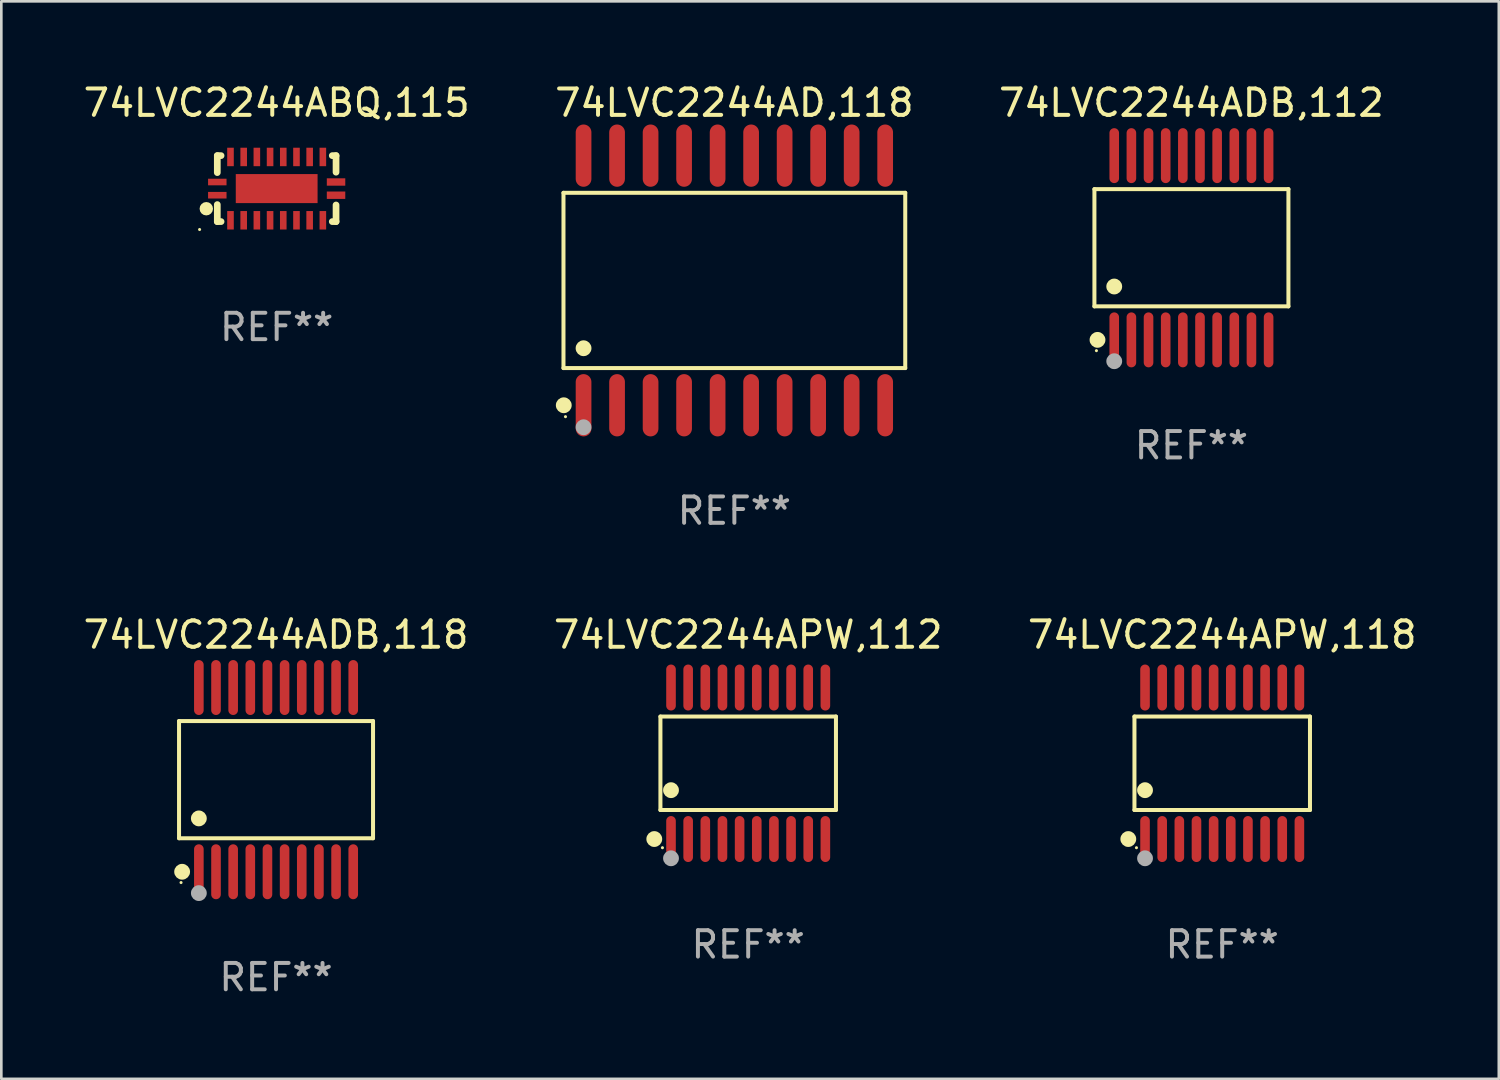
<source format=kicad_pcb>
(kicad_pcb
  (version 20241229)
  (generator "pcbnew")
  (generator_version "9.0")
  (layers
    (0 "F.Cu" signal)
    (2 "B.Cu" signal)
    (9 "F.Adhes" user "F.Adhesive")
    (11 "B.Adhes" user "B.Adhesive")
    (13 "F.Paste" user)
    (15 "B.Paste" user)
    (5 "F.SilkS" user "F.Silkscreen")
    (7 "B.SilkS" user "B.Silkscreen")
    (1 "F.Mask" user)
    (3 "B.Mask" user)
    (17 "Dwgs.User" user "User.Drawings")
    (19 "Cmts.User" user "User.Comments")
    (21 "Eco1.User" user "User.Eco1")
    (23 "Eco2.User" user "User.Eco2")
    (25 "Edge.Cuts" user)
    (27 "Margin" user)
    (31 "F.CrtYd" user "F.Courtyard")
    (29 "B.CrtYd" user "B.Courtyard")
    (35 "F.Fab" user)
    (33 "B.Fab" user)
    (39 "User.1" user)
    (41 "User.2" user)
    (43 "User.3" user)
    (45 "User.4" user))
  (footprint "74LVC2244ABQ,115"
    (layer "F.Cu")
    (at 7.435 4.098)
    (property "Reference" "74LVC2244ABQ,115" (at 0 -3.25 0) (layer "F.SilkS") (effects (font (size 1 1) (thickness 0.15))))
    (attr through_hole)
    (fp_line (start -2.25 0.605) (end -2.25 1.25) (stroke (width 0.254) (type solid)) (layer "F.SilkS"))
    (fp_line (start -2.25 1.25) (end -2.107 1.25) (stroke (width 0.254) (type solid)) (layer "F.SilkS"))
    (fp_line (start -2.25 -1.25) (end -2.25 -0.606) (stroke (width 0.254) (type solid)) (layer "F.SilkS"))
    (fp_line (start -2.25 -1.25) (end -2.107 -1.25) (stroke (width 0.254) (type solid)) (layer "F.SilkS"))
    (fp_line (start 2.107 -1.25) (end 2.25 -1.25) (stroke (width 0.254) (type solid)) (layer "F.SilkS"))
    (fp_line (start 2.107 1.25) (end 2.25 1.25) (stroke (width 0.254) (type solid)) (layer "F.SilkS"))
    (fp_line (start 2.25 -1.25) (end 2.25 -0.622) (stroke (width 0.254) (type solid)) (layer "F.SilkS"))
    (fp_line (start 2.25 0.62) (end 2.25 1.25) (stroke (width 0.254) (type solid)) (layer "F.SilkS"))
    (fp_circle (center -2.921 1.55) (end -2.891 1.55) (stroke (width 0.06) (type solid)) (fill no) (layer "F.SilkS"))
    (fp_circle (center -2.667 0.762) (end -2.54 0.762) (stroke (width 0.254) (type solid)) (fill no) (layer "F.SilkS"))
    (fp_text user "REF**" (at 0 5.25 0) (layer "F.Fab") (effects (font (size 1 1) (thickness 0.15))))
    (pad "1" smd rect (at -2.25 0.25 180) (size 0.7 0.25) (layers "F.Cu" "F.Mask" "F.Paste"))
    (pad "2" smd rect (at -1.75 1.2 90) (size 0.7 0.25) (layers "F.Cu" "F.Mask" "F.Paste"))
    (pad "3" smd rect (at -1.25 1.2 90) (size 0.7 0.25) (layers "F.Cu" "F.Mask" "F.Paste"))
    (pad "4" smd rect (at -0.751 1.2 90) (size 0.7 0.25) (layers "F.Cu" "F.Mask" "F.Paste"))
    (pad "5" smd rect (at -0.25 1.2 90) (size 0.7 0.25) (layers "F.Cu" "F.Mask" "F.Paste"))
    (pad "6" smd rect (at 0.25 1.2 90) (size 0.7 0.25) (layers "F.Cu" "F.Mask" "F.Paste"))
    (pad "7" smd rect (at 0.751 1.2 90) (size 0.7 0.25) (layers "F.Cu" "F.Mask" "F.Paste"))
    (pad "8" smd rect (at 1.25 1.2 90) (size 0.7 0.25) (layers "F.Cu" "F.Mask" "F.Paste"))
    (pad "9" smd rect (at 1.75 1.2 90) (size 0.7 0.25) (layers "F.Cu" "F.Mask" "F.Paste"))
    (pad "10" smd rect (at 2.25 0.25 180) (size 0.7 0.28) (layers "F.Cu" "F.Mask" "F.Paste"))
    (pad "11" smd rect (at 2.25 -0.251 180) (size 0.7 0.28) (layers "F.Cu" "F.Mask" "F.Paste"))
    (pad "12" smd rect (at 1.75 -1.2 90) (size 0.7 0.25) (layers "F.Cu" "F.Mask" "F.Paste"))
    (pad "13" smd rect (at 1.25 -1.2 90) (size 0.7 0.25) (layers "F.Cu" "F.Mask" "F.Paste"))
    (pad "14" smd rect (at 0.751 -1.2 90) (size 0.7 0.25) (layers "F.Cu" "F.Mask" "F.Paste"))
    (pad "15" smd rect (at 0.25 -1.2 90) (size 0.7 0.25) (layers "F.Cu" "F.Mask" "F.Paste"))
    (pad "16" smd rect (at -0.25 -1.2 90) (size 0.7 0.25) (layers "F.Cu" "F.Mask" "F.Paste"))
    (pad "17" smd rect (at -0.751 -1.2 90) (size 0.7 0.25) (layers "F.Cu" "F.Mask" "F.Paste"))
    (pad "18" smd rect (at -1.25 -1.2 90) (size 0.7 0.25) (layers "F.Cu" "F.Mask" "F.Paste"))
    (pad "19" smd rect (at -1.75 -1.2 90) (size 0.7 0.25) (layers "F.Cu" "F.Mask" "F.Paste"))
    (pad "20" smd rect (at -2.25 -0.25 180) (size 0.7 0.25) (layers "F.Cu" "F.Mask" "F.Paste"))
    (pad "21" smd rect (at 0 -0.001 180) (size 3.1 1.1) (layers "F.Cu" "F.Mask" "F.Paste")))
  (footprint "74LVC2244ADB,112"
    (layer "F.Cu")
    (at 42.101 6.339)
    (property "Reference" "74LVC2244ADB,112" (at 0 -5.491 0) (layer "F.SilkS") (effects (font (size 1 1) (thickness 0.15))))
    (attr through_hole)
    (fp_line (start -3.676 -2.221) (end 3.676 -2.221) (stroke (width 0.152) (type solid)) (layer "F.SilkS"))
    (fp_line (start -3.676 2.221) (end -3.676 -2.221) (stroke (width 0.152) (type solid)) (layer "F.SilkS"))
    (fp_line (start 3.676 -2.221) (end 3.676 2.221) (stroke (width 0.152) (type solid)) (layer "F.SilkS"))
    (fp_line (start 3.676 2.221) (end -3.676 2.221) (stroke (width 0.152) (type solid)) (layer "F.SilkS"))
    (fp_circle (center -3.6 3.9) (end -3.57 3.9) (stroke (width 0.06) (type solid)) (fill no) (layer "F.SilkS"))
    (fp_circle (center -3.559 3.491) (end -3.409 3.491) (stroke (width 0.3) (type solid)) (fill no) (layer "F.SilkS"))
    (fp_circle (center -2.925 1.469) (end -2.775 1.469) (stroke (width 0.3) (type solid)) (fill no) (layer "F.SilkS"))
    (fp_circle (center -2.925 4.3) (end -2.775 4.3) (stroke (width 0.3) (type solid)) (fill no) (layer "F.Fab"))
    (fp_text user "REF**" (at 0 7.491 0) (layer "F.Fab") (effects (font (size 1 1) (thickness 0.15))))
    (pad "1" smd oval (at -2.925 3.491) (size 0.364 2.082) (layers "F.Cu" "F.Mask" "F.Paste"))
    (pad "2" smd oval (at -2.275 3.491) (size 0.364 2.082) (layers "F.Cu" "F.Mask" "F.Paste"))
    (pad "3" smd oval (at -1.625 3.491) (size 0.364 2.082) (layers "F.Cu" "F.Mask" "F.Paste"))
    (pad "4" smd oval (at -0.975 3.491) (size 0.364 2.082) (layers "F.Cu" "F.Mask" "F.Paste"))
    (pad "5" smd oval (at -0.325 3.491) (size 0.364 2.082) (layers "F.Cu" "F.Mask" "F.Paste"))
    (pad "6" smd oval (at 0.325 3.491) (size 0.364 2.082) (layers "F.Cu" "F.Mask" "F.Paste"))
    (pad "7" smd oval (at 0.975 3.491) (size 0.364 2.082) (layers "F.Cu" "F.Mask" "F.Paste"))
    (pad "8" smd oval (at 1.625 3.491) (size 0.364 2.082) (layers "F.Cu" "F.Mask" "F.Paste"))
    (pad "9" smd oval (at 2.275 3.491) (size 0.364 2.082) (layers "F.Cu" "F.Mask" "F.Paste"))
    (pad "10" smd oval (at 2.925 3.491) (size 0.364 2.082) (layers "F.Cu" "F.Mask" "F.Paste"))
    (pad "11" smd oval (at 2.925 -3.491) (size 0.364 2.082) (layers "F.Cu" "F.Mask" "F.Paste"))
    (pad "12" smd oval (at 2.275 -3.491) (size 0.364 2.082) (layers "F.Cu" "F.Mask" "F.Paste"))
    (pad "13" smd oval (at 1.625 -3.491) (size 0.364 2.082) (layers "F.Cu" "F.Mask" "F.Paste"))
    (pad "14" smd oval (at 0.975 -3.491) (size 0.364 2.082) (layers "F.Cu" "F.Mask" "F.Paste"))
    (pad "15" smd oval (at 0.325 -3.491) (size 0.364 2.082) (layers "F.Cu" "F.Mask" "F.Paste"))
    (pad "16" smd oval (at -0.325 -3.491) (size 0.364 2.082) (layers "F.Cu" "F.Mask" "F.Paste"))
    (pad "17" smd oval (at -0.975 -3.491) (size 0.364 2.082) (layers "F.Cu" "F.Mask" "F.Paste"))
    (pad "18" smd oval (at -1.625 -3.491) (size 0.364 2.082) (layers "F.Cu" "F.Mask" "F.Paste"))
    (pad "19" smd oval (at -2.275 -3.491) (size 0.364 2.082) (layers "F.Cu" "F.Mask" "F.Paste"))
    (pad "20" smd oval (at -2.925 -3.491) (size 0.364 2.082) (layers "F.Cu" "F.Mask" "F.Paste")))
  (footprint "74LVC2244AD,118"
    (layer "F.Cu")
    (at 24.78 7.578)
    (property "Reference" "74LVC2244AD,118" (at 0 -6.73 0) (layer "F.SilkS") (effects (font (size 1 1) (thickness 0.15))))
    (attr through_hole)
    (fp_line (start -6.476 -3.321) (end 6.476 -3.321) (stroke (width 0.152) (type solid)) (layer "F.SilkS"))
    (fp_line (start -6.476 3.321) (end -6.476 -3.321) (stroke (width 0.152) (type solid)) (layer "F.SilkS"))
    (fp_line (start 6.476 -3.321) (end 6.476 3.321) (stroke (width 0.152) (type solid)) (layer "F.SilkS"))
    (fp_line (start 6.476 3.321) (end -6.476 3.321) (stroke (width 0.152) (type solid)) (layer "F.SilkS"))
    (fp_circle (center -6.465 4.73) (end -6.315 4.73) (stroke (width 0.3) (type solid)) (fill no) (layer "F.SilkS"))
    (fp_circle (center -6.4 5.163) (end -6.37 5.163) (stroke (width 0.06) (type solid)) (fill no) (layer "F.SilkS"))
    (fp_circle (center -5.715 2.569) (end -5.565 2.569) (stroke (width 0.3) (type solid)) (fill no) (layer "F.SilkS"))
    (fp_circle (center -5.715 5.563) (end -5.565 5.563) (stroke (width 0.3) (type solid)) (fill no) (layer "F.Fab"))
    (fp_text user "REF**" (at 0 8.73 0) (layer "F.Fab") (effects (font (size 1 1) (thickness 0.15))))
    (pad "1" smd oval (at -5.715 4.73) (size 0.595 2.36) (layers "F.Cu" "F.Mask" "F.Paste"))
    (pad "2" smd oval (at -4.445 4.73) (size 0.595 2.36) (layers "F.Cu" "F.Mask" "F.Paste"))
    (pad "3" smd oval (at -3.175 4.73) (size 0.595 2.36) (layers "F.Cu" "F.Mask" "F.Paste"))
    (pad "4" smd oval (at -1.905 4.73) (size 0.595 2.36) (layers "F.Cu" "F.Mask" "F.Paste"))
    (pad "5" smd oval (at -0.635 4.73) (size 0.595 2.36) (layers "F.Cu" "F.Mask" "F.Paste"))
    (pad "6" smd oval (at 0.635 4.73) (size 0.595 2.36) (layers "F.Cu" "F.Mask" "F.Paste"))
    (pad "7" smd oval (at 1.905 4.73) (size 0.595 2.36) (layers "F.Cu" "F.Mask" "F.Paste"))
    (pad "8" smd oval (at 3.175 4.73) (size 0.595 2.36) (layers "F.Cu" "F.Mask" "F.Paste"))
    (pad "9" smd oval (at 4.445 4.73) (size 0.595 2.36) (layers "F.Cu" "F.Mask" "F.Paste"))
    (pad "10" smd oval (at 5.715 4.73) (size 0.595 2.36) (layers "F.Cu" "F.Mask" "F.Paste"))
    (pad "11" smd oval (at 5.715 -4.73) (size 0.595 2.36) (layers "F.Cu" "F.Mask" "F.Paste"))
    (pad "12" smd oval (at 4.445 -4.73) (size 0.595 2.36) (layers "F.Cu" "F.Mask" "F.Paste"))
    (pad "13" smd oval (at 3.175 -4.73) (size 0.595 2.36) (layers "F.Cu" "F.Mask" "F.Paste"))
    (pad "14" smd oval (at 1.905 -4.73) (size 0.595 2.36) (layers "F.Cu" "F.Mask" "F.Paste"))
    (pad "15" smd oval (at 0.635 -4.73) (size 0.595 2.36) (layers "F.Cu" "F.Mask" "F.Paste"))
    (pad "16" smd oval (at -0.635 -4.73) (size 0.595 2.36) (layers "F.Cu" "F.Mask" "F.Paste"))
    (pad "17" smd oval (at -1.905 -4.73) (size 0.595 2.36) (layers "F.Cu" "F.Mask" "F.Paste"))
    (pad "18" smd oval (at -3.175 -4.73) (size 0.595 2.36) (layers "F.Cu" "F.Mask" "F.Paste"))
    (pad "19" smd oval (at -4.445 -4.73) (size 0.595 2.36) (layers "F.Cu" "F.Mask" "F.Paste"))
    (pad "20" smd oval (at -5.715 -4.73) (size 0.595 2.36) (layers "F.Cu" "F.Mask" "F.Paste")))
  (footprint "74LVC2244ADB,118"
    (layer "F.Cu")
    (at 7.411 26.496)
    (property "Reference" "74LVC2244ADB,118" (at 0 -5.491 0) (layer "F.SilkS") (effects (font (size 1 1) (thickness 0.15))))
    (attr through_hole)
    (fp_line (start -3.676 -2.221) (end 3.676 -2.221) (stroke (width 0.152) (type solid)) (layer "F.SilkS"))
    (fp_line (start -3.676 2.221) (end -3.676 -2.221) (stroke (width 0.152) (type solid)) (layer "F.SilkS"))
    (fp_line (start 3.676 -2.221) (end 3.676 2.221) (stroke (width 0.152) (type solid)) (layer "F.SilkS"))
    (fp_line (start 3.676 2.221) (end -3.676 2.221) (stroke (width 0.152) (type solid)) (layer "F.SilkS"))
    (fp_circle (center -3.6 3.9) (end -3.57 3.9) (stroke (width 0.06) (type solid)) (fill no) (layer "F.SilkS"))
    (fp_circle (center -3.559 3.491) (end -3.409 3.491) (stroke (width 0.3) (type solid)) (fill no) (layer "F.SilkS"))
    (fp_circle (center -2.925 1.469) (end -2.775 1.469) (stroke (width 0.3) (type solid)) (fill no) (layer "F.SilkS"))
    (fp_circle (center -2.925 4.3) (end -2.775 4.3) (stroke (width 0.3) (type solid)) (fill no) (layer "F.Fab"))
    (fp_text user "REF**" (at 0 7.491 0) (layer "F.Fab") (effects (font (size 1 1) (thickness 0.15))))
    (pad "1" smd oval (at -2.925 3.491) (size 0.364 2.082) (layers "F.Cu" "F.Mask" "F.Paste"))
    (pad "2" smd oval (at -2.275 3.491) (size 0.364 2.082) (layers "F.Cu" "F.Mask" "F.Paste"))
    (pad "3" smd oval (at -1.625 3.491) (size 0.364 2.082) (layers "F.Cu" "F.Mask" "F.Paste"))
    (pad "4" smd oval (at -0.975 3.491) (size 0.364 2.082) (layers "F.Cu" "F.Mask" "F.Paste"))
    (pad "5" smd oval (at -0.325 3.491) (size 0.364 2.082) (layers "F.Cu" "F.Mask" "F.Paste"))
    (pad "6" smd oval (at 0.325 3.491) (size 0.364 2.082) (layers "F.Cu" "F.Mask" "F.Paste"))
    (pad "7" smd oval (at 0.975 3.491) (size 0.364 2.082) (layers "F.Cu" "F.Mask" "F.Paste"))
    (pad "8" smd oval (at 1.625 3.491) (size 0.364 2.082) (layers "F.Cu" "F.Mask" "F.Paste"))
    (pad "9" smd oval (at 2.275 3.491) (size 0.364 2.082) (layers "F.Cu" "F.Mask" "F.Paste"))
    (pad "10" smd oval (at 2.925 3.491) (size 0.364 2.082) (layers "F.Cu" "F.Mask" "F.Paste"))
    (pad "11" smd oval (at 2.925 -3.491) (size 0.364 2.082) (layers "F.Cu" "F.Mask" "F.Paste"))
    (pad "12" smd oval (at 2.275 -3.491) (size 0.364 2.082) (layers "F.Cu" "F.Mask" "F.Paste"))
    (pad "13" smd oval (at 1.625 -3.491) (size 0.364 2.082) (layers "F.Cu" "F.Mask" "F.Paste"))
    (pad "14" smd oval (at 0.975 -3.491) (size 0.364 2.082) (layers "F.Cu" "F.Mask" "F.Paste"))
    (pad "15" smd oval (at 0.325 -3.491) (size 0.364 2.082) (layers "F.Cu" "F.Mask" "F.Paste"))
    (pad "16" smd oval (at -0.325 -3.491) (size 0.364 2.082) (layers "F.Cu" "F.Mask" "F.Paste"))
    (pad "17" smd oval (at -0.975 -3.491) (size 0.364 2.082) (layers "F.Cu" "F.Mask" "F.Paste"))
    (pad "18" smd oval (at -1.625 -3.491) (size 0.364 2.082) (layers "F.Cu" "F.Mask" "F.Paste"))
    (pad "19" smd oval (at -2.275 -3.491) (size 0.364 2.082) (layers "F.Cu" "F.Mask" "F.Paste"))
    (pad "20" smd oval (at -2.925 -3.491) (size 0.364 2.082) (layers "F.Cu" "F.Mask" "F.Paste")))
  (footprint "74LVC2244APW,112"
    (layer "F.Cu")
    (at 25.304 25.876)
    (property "Reference" "74LVC2244APW,112" (at 0 -4.871 0) (layer "F.SilkS") (effects (font (size 1 1) (thickness 0.15))))
    (attr through_hole)
    (fp_line (start -3.326 -1.771) (end 3.326 -1.771) (stroke (width 0.152) (type solid)) (layer "F.SilkS"))
    (fp_line (start -3.326 1.771) (end -3.326 -1.771) (stroke (width 0.152) (type solid)) (layer "F.SilkS"))
    (fp_line (start 3.326 -1.771) (end 3.326 1.771) (stroke (width 0.152) (type solid)) (layer "F.SilkS"))
    (fp_line (start 3.326 1.771) (end -3.326 1.771) (stroke (width 0.152) (type solid)) (layer "F.SilkS"))
    (fp_circle (center -3.559 2.871) (end -3.409 2.871) (stroke (width 0.3) (type solid)) (fill no) (layer "F.SilkS"))
    (fp_circle (center -3.25 3.2) (end -3.22 3.2) (stroke (width 0.06) (type solid)) (fill no) (layer "F.SilkS"))
    (fp_circle (center -2.925 1.019) (end -2.775 1.019) (stroke (width 0.3) (type solid)) (fill no) (layer "F.SilkS"))
    (fp_circle (center -2.925 3.6) (end -2.775 3.6) (stroke (width 0.3) (type solid)) (fill no) (layer "F.Fab"))
    (fp_text user "REF**" (at 0 6.871 0) (layer "F.Fab") (effects (font (size 1 1) (thickness 0.15))))
    (pad "1" smd oval (at -2.925 2.871) (size 0.364 1.742) (layers "F.Cu" "F.Mask" "F.Paste"))
    (pad "2" smd oval (at -2.275 2.871) (size 0.364 1.742) (layers "F.Cu" "F.Mask" "F.Paste"))
    (pad "3" smd oval (at -1.625 2.871) (size 0.364 1.742) (layers "F.Cu" "F.Mask" "F.Paste"))
    (pad "4" smd oval (at -0.975 2.871) (size 0.364 1.742) (layers "F.Cu" "F.Mask" "F.Paste"))
    (pad "5" smd oval (at -0.325 2.871) (size 0.364 1.742) (layers "F.Cu" "F.Mask" "F.Paste"))
    (pad "6" smd oval (at 0.325 2.871) (size 0.364 1.742) (layers "F.Cu" "F.Mask" "F.Paste"))
    (pad "7" smd oval (at 0.975 2.871) (size 0.364 1.742) (layers "F.Cu" "F.Mask" "F.Paste"))
    (pad "8" smd oval (at 1.625 2.871) (size 0.364 1.742) (layers "F.Cu" "F.Mask" "F.Paste"))
    (pad "9" smd oval (at 2.275 2.871) (size 0.364 1.742) (layers "F.Cu" "F.Mask" "F.Paste"))
    (pad "10" smd oval (at 2.925 2.871) (size 0.364 1.742) (layers "F.Cu" "F.Mask" "F.Paste"))
    (pad "11" smd oval (at 2.925 -2.871) (size 0.364 1.742) (layers "F.Cu" "F.Mask" "F.Paste"))
    (pad "12" smd oval (at 2.275 -2.871) (size 0.364 1.742) (layers "F.Cu" "F.Mask" "F.Paste"))
    (pad "13" smd oval (at 1.625 -2.871) (size 0.364 1.742) (layers "F.Cu" "F.Mask" "F.Paste"))
    (pad "14" smd oval (at 0.975 -2.871) (size 0.364 1.742) (layers "F.Cu" "F.Mask" "F.Paste"))
    (pad "15" smd oval (at 0.325 -2.871) (size 0.364 1.742) (layers "F.Cu" "F.Mask" "F.Paste"))
    (pad "16" smd oval (at -0.325 -2.871) (size 0.364 1.742) (layers "F.Cu" "F.Mask" "F.Paste"))
    (pad "17" smd oval (at -0.975 -2.871) (size 0.364 1.742) (layers "F.Cu" "F.Mask" "F.Paste"))
    (pad "18" smd oval (at -1.625 -2.871) (size 0.364 1.742) (layers "F.Cu" "F.Mask" "F.Paste"))
    (pad "19" smd oval (at -2.275 -2.871) (size 0.364 1.742) (layers "F.Cu" "F.Mask" "F.Paste"))
    (pad "20" smd oval (at -2.925 -2.871) (size 0.364 1.742) (layers "F.Cu" "F.Mask" "F.Paste")))
  (footprint "74LVC2244APW,118"
    (layer "F.Cu")
    (at 43.268 25.876)
    (property "Reference" "74LVC2244APW,118" (at 0 -4.871 0) (layer "F.SilkS") (effects (font (size 1 1) (thickness 0.15))))
    (attr through_hole)
    (fp_line (start -3.326 -1.771) (end 3.326 -1.771) (stroke (width 0.152) (type solid)) (layer "F.SilkS"))
    (fp_line (start -3.326 1.771) (end -3.326 -1.771) (stroke (width 0.152) (type solid)) (layer "F.SilkS"))
    (fp_line (start 3.326 -1.771) (end 3.326 1.771) (stroke (width 0.152) (type solid)) (layer "F.SilkS"))
    (fp_line (start 3.326 1.771) (end -3.326 1.771) (stroke (width 0.152) (type solid)) (layer "F.SilkS"))
    (fp_circle (center -3.559 2.871) (end -3.409 2.871) (stroke (width 0.3) (type solid)) (fill no) (layer "F.SilkS"))
    (fp_circle (center -3.25 3.2) (end -3.22 3.2) (stroke (width 0.06) (type solid)) (fill no) (layer "F.SilkS"))
    (fp_circle (center -2.925 1.019) (end -2.775 1.019) (stroke (width 0.3) (type solid)) (fill no) (layer "F.SilkS"))
    (fp_circle (center -2.925 3.6) (end -2.775 3.6) (stroke (width 0.3) (type solid)) (fill no) (layer "F.Fab"))
    (fp_text user "REF**" (at 0 6.871 0) (layer "F.Fab") (effects (font (size 1 1) (thickness 0.15))))
    (pad "1" smd oval (at -2.925 2.871) (size 0.364 1.742) (layers "F.Cu" "F.Mask" "F.Paste"))
    (pad "2" smd oval (at -2.275 2.871) (size 0.364 1.742) (layers "F.Cu" "F.Mask" "F.Paste"))
    (pad "3" smd oval (at -1.625 2.871) (size 0.364 1.742) (layers "F.Cu" "F.Mask" "F.Paste"))
    (pad "4" smd oval (at -0.975 2.871) (size 0.364 1.742) (layers "F.Cu" "F.Mask" "F.Paste"))
    (pad "5" smd oval (at -0.325 2.871) (size 0.364 1.742) (layers "F.Cu" "F.Mask" "F.Paste"))
    (pad "6" smd oval (at 0.325 2.871) (size 0.364 1.742) (layers "F.Cu" "F.Mask" "F.Paste"))
    (pad "7" smd oval (at 0.975 2.871) (size 0.364 1.742) (layers "F.Cu" "F.Mask" "F.Paste"))
    (pad "8" smd oval (at 1.625 2.871) (size 0.364 1.742) (layers "F.Cu" "F.Mask" "F.Paste"))
    (pad "9" smd oval (at 2.275 2.871) (size 0.364 1.742) (layers "F.Cu" "F.Mask" "F.Paste"))
    (pad "10" smd oval (at 2.925 2.871) (size 0.364 1.742) (layers "F.Cu" "F.Mask" "F.Paste"))
    (pad "11" smd oval (at 2.925 -2.871) (size 0.364 1.742) (layers "F.Cu" "F.Mask" "F.Paste"))
    (pad "12" smd oval (at 2.275 -2.871) (size 0.364 1.742) (layers "F.Cu" "F.Mask" "F.Paste"))
    (pad "13" smd oval (at 1.625 -2.871) (size 0.364 1.742) (layers "F.Cu" "F.Mask" "F.Paste"))
    (pad "14" smd oval (at 0.975 -2.871) (size 0.364 1.742) (layers "F.Cu" "F.Mask" "F.Paste"))
    (pad "15" smd oval (at 0.325 -2.871) (size 0.364 1.742) (layers "F.Cu" "F.Mask" "F.Paste"))
    (pad "16" smd oval (at -0.325 -2.871) (size 0.364 1.742) (layers "F.Cu" "F.Mask" "F.Paste"))
    (pad "17" smd oval (at -0.975 -2.871) (size 0.364 1.742) (layers "F.Cu" "F.Mask" "F.Paste"))
    (pad "18" smd oval (at -1.625 -2.871) (size 0.364 1.742) (layers "F.Cu" "F.Mask" "F.Paste"))
    (pad "19" smd oval (at -2.275 -2.871) (size 0.364 1.742) (layers "F.Cu" "F.Mask" "F.Paste"))
    (pad "20" smd oval (at -2.925 -2.871) (size 0.364 1.742) (layers "F.Cu" "F.Mask" "F.Paste")))
  (gr_rect
    (start -3 -3)
    (end 53.75 37.835)
    (stroke (width 0.1) (type default))
    (fill no)
    (layer "Edge.Cuts")))
</source>
